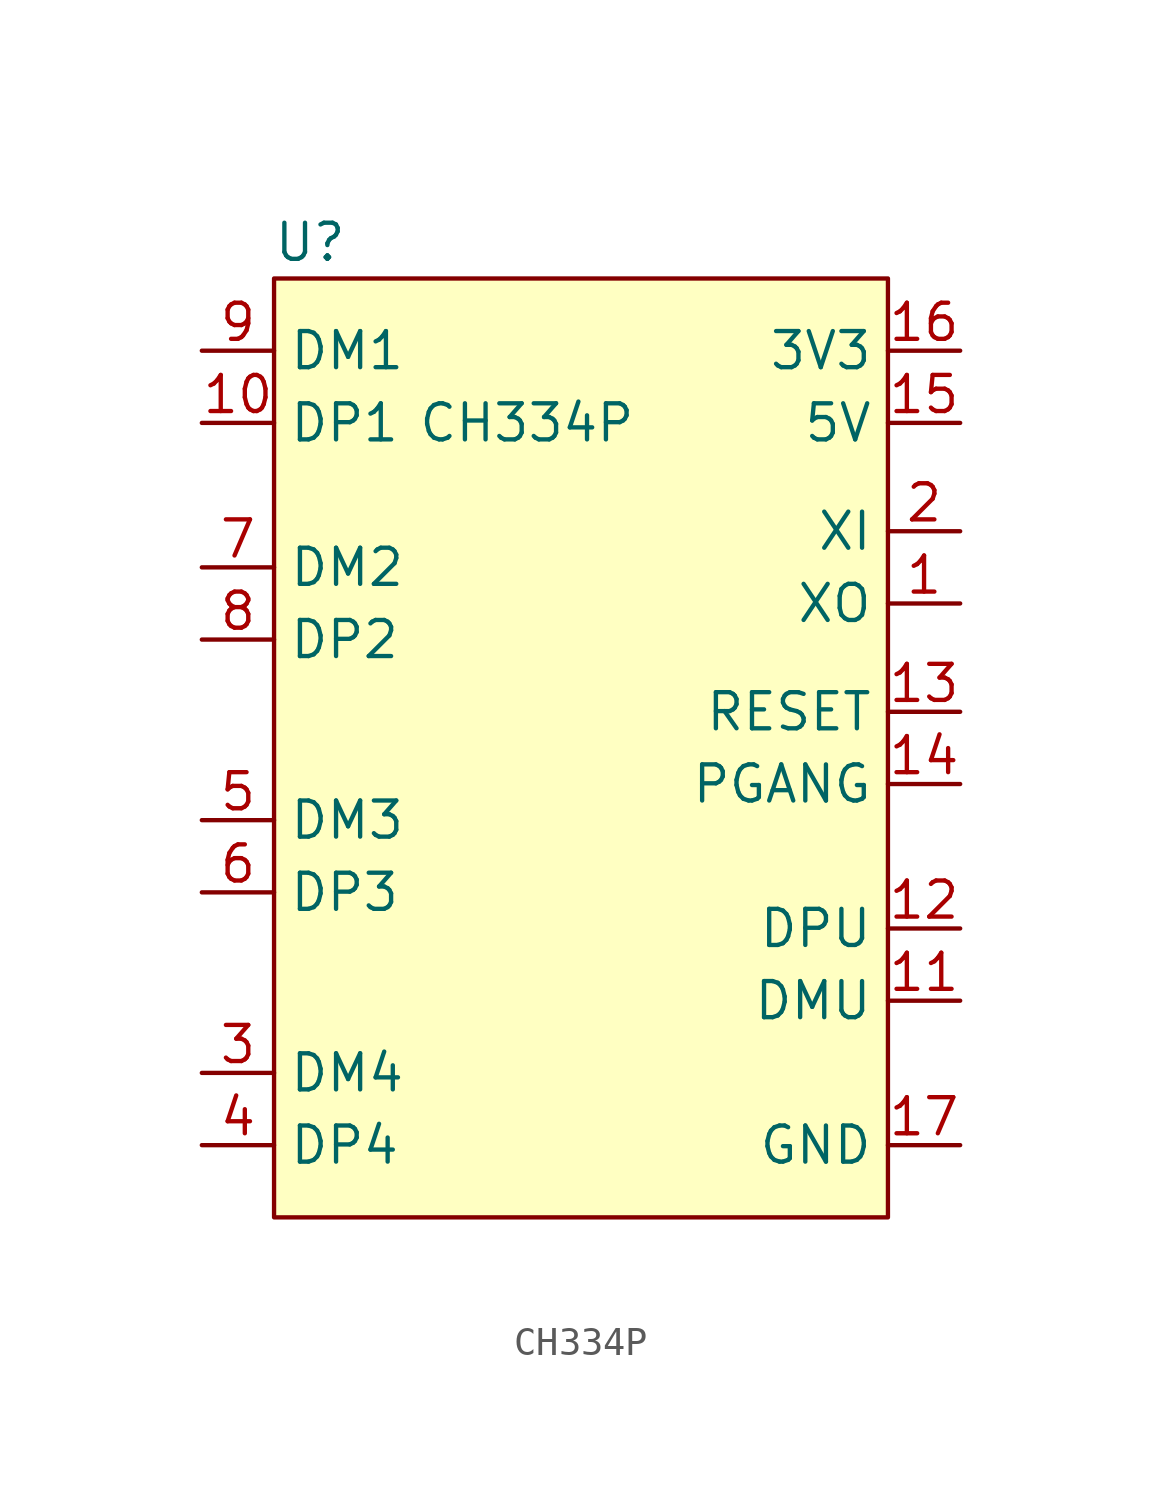
<source format=kicad_sym>
(kicad_symbol_lib
  (version 20231120)
  (generator "kicad_symbol_editor")
  (generator_version "8.0")
  (symbol "CH334P"
    (property "Reference" "U"
      (at -8.89 7.62 0)
      (effects (font (size 1.27 1.27))))
    (property "Value" "CH334P"
      (at -1.27 1.27 0)
      (effects (font (size 1.27 1.27))))
    (symbol "CH334P_1_1"
      (rectangle (start -10.16 6.35) (end 11.43 -26.67) (stroke (width 0) (type default)) (fill (type background)))
      (pin input line (at 13.97 -5.08 180) (length 2.54) (name "XO" (effects (font (size 1.27 1.27)))) (number "1" (effects (font (size 1.27 1.27)))))
      (pin input line (at -12.7 1.27 0) (length 2.54) (name "DP1" (effects (font (size 1.27 1.27)))) (number "10" (effects (font (size 1.27 1.27)))))
      (pin input line (at 13.97 -19.05 180) (length 2.54) (name "DMU" (effects (font (size 1.27 1.27)))) (number "11" (effects (font (size 1.27 1.27)))))
      (pin input line (at 13.97 -16.51 180) (length 2.54) (name "DPU" (effects (font (size 1.27 1.27)))) (number "12" (effects (font (size 1.27 1.27)))))
      (pin input line (at 13.97 -8.89 180) (length 2.54) (name "RESET" (effects (font (size 1.27 1.27)))) (number "13" (effects (font (size 1.27 1.27)))))
      (pin input line (at 13.97 -11.43 180) (length 2.54) (name "PGANG" (effects (font (size 1.27 1.27)))) (number "14" (effects (font (size 1.27 1.27)))))
      (pin input line (at 13.97 1.27 180) (length 2.54) (name "5V" (effects (font (size 1.27 1.27)))) (number "15" (effects (font (size 1.27 1.27)))))
      (pin input line (at 13.97 3.81 180) (length 2.54) (name "3V3" (effects (font (size 1.27 1.27)))) (number "16" (effects (font (size 1.27 1.27)))))
      (pin input line (at 13.97 -24.13 180) (length 2.54) (name "GND" (effects (font (size 1.27 1.27)))) (number "17" (effects (font (size 1.27 1.27)))))
      (pin input line (at 13.97 -2.54 180) (length 2.54) (name "XI" (effects (font (size 1.27 1.27)))) (number "2" (effects (font (size 1.27 1.27)))))
      (pin input line (at -12.7 -21.59 0) (length 2.54) (name "DM4" (effects (font (size 1.27 1.27)))) (number "3" (effects (font (size 1.27 1.27)))))
      (pin input line (at -12.7 -24.13 0) (length 2.54) (name "DP4" (effects (font (size 1.27 1.27)))) (number "4" (effects (font (size 1.27 1.27)))))
      (pin input line (at -12.7 -12.7 0) (length 2.54) (name "DM3" (effects (font (size 1.27 1.27)))) (number "5" (effects (font (size 1.27 1.27)))))
      (pin input line (at -12.7 -15.24 0) (length 2.54) (name "DP3" (effects (font (size 1.27 1.27)))) (number "6" (effects (font (size 1.27 1.27)))))
      (pin input line (at -12.7 -3.81 0) (length 2.54) (name "DM2" (effects (font (size 1.27 1.27)))) (number "7" (effects (font (size 1.27 1.27)))))
      (pin input line (at -12.7 -6.35 0) (length 2.54) (name "DP2" (effects (font (size 1.27 1.27)))) (number "8" (effects (font (size 1.27 1.27)))))
      (pin input line (at -12.7 3.81 0) (length 2.54) (name "DM1" (effects (font (size 1.27 1.27)))) (number "9" (effects (font (size 1.27 1.27))))))))
</source>
